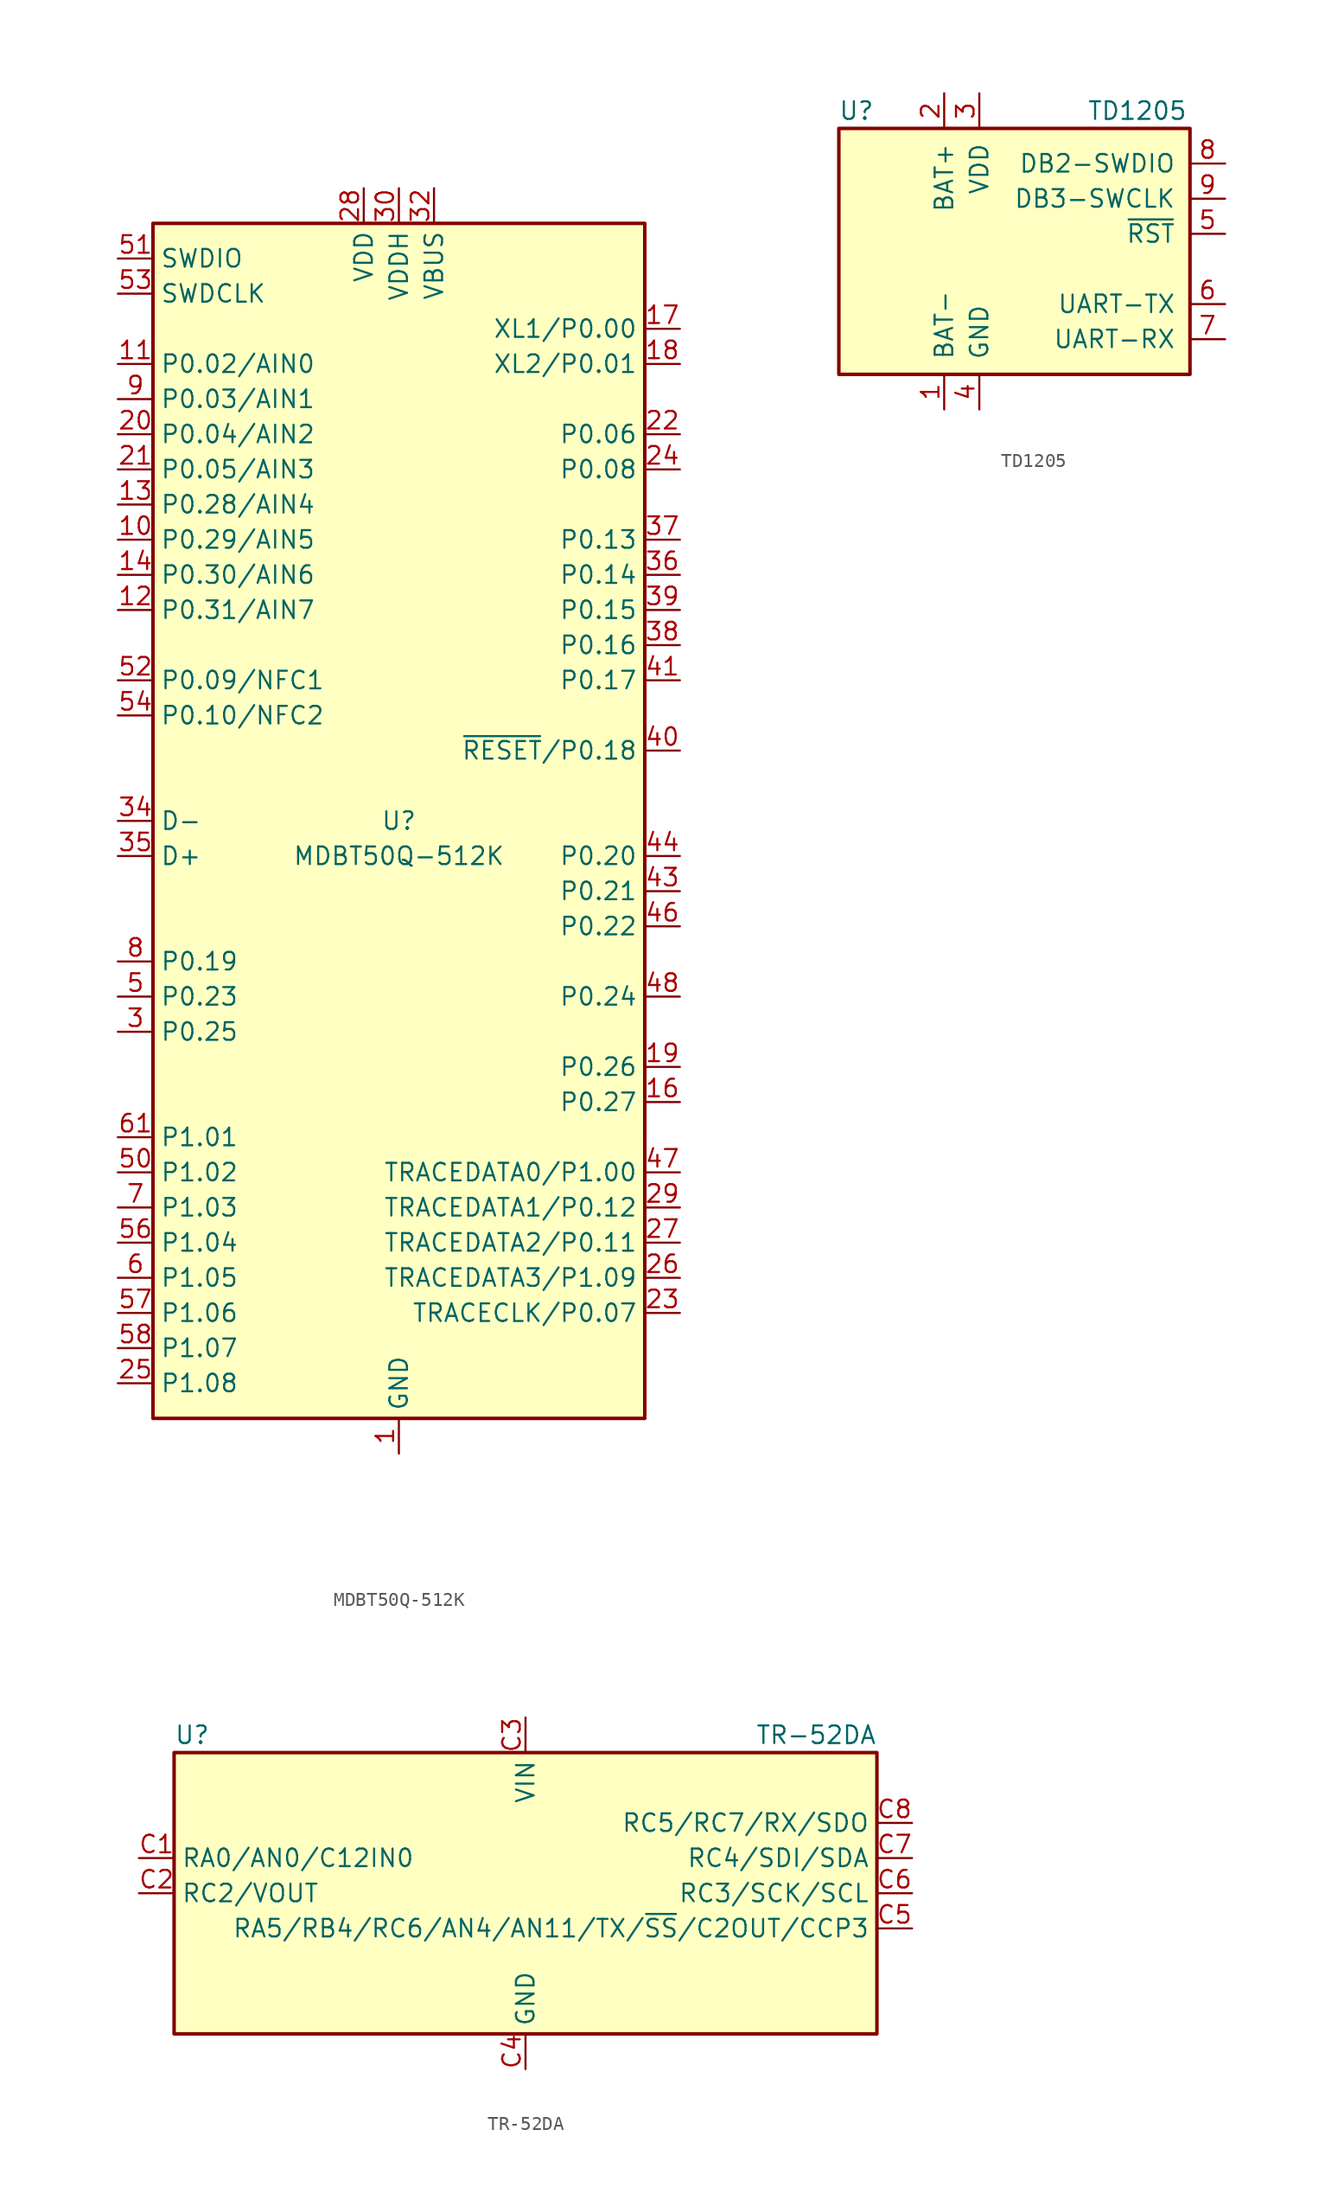
<source format=kicad_sym>
(kicad_symbol_lib
  (version 20211014)
  (generator kicad_symbol_editor)
  (symbol "MDBT50Q-512K"
    (property "Reference" "U"
      (at 0 0 0)
      (effects (font (size 1.27 1.27))))
    (property "Value" "MDBT50Q-512K"
      (at 0 -2.54 0)
      (effects (font (size 1.27 1.27))))
    (symbol "MDBT50Q-512K_0_1"
      (rectangle (start -17.78 43.18) (end 17.78 -43.18) (stroke (width 0.254) (type default) (color 0 0 0 0)) (fill (type background))))
    (symbol "MDBT50Q-512K_1_1"
      (pin power_in line (at 0 -45.72 90) (length 2.54) (name "GND" (effects (font (size 1.27 1.27)))) (number "1" (effects (font (size 1.27 1.27)))))
      (pin bidirectional line (at -20.32 20.32 0) (length 2.54) (name "P0.29/AIN5" (effects (font (size 1.27 1.27)))) (number "10" (effects (font (size 1.27 1.27)))))
      (pin bidirectional line (at -20.32 33.02 0) (length 2.54) (name "P0.02/AIN0" (effects (font (size 1.27 1.27)))) (number "11" (effects (font (size 1.27 1.27)))))
      (pin bidirectional line (at -20.32 15.24 0) (length 2.54) (name "P0.31/AIN7" (effects (font (size 1.27 1.27)))) (number "12" (effects (font (size 1.27 1.27)))))
      (pin bidirectional line (at -20.32 22.86 0) (length 2.54) (name "P0.28/AIN4" (effects (font (size 1.27 1.27)))) (number "13" (effects (font (size 1.27 1.27)))))
      (pin bidirectional line (at -20.32 17.78 0) (length 2.54) (name "P0.30/AIN6" (effects (font (size 1.27 1.27)))) (number "14" (effects (font (size 1.27 1.27)))))
      (pin passive line (at 0 -45.72 90) (length 2.54) hide (name "GND" (effects (font (size 1.27 1.27)))) (number "15" (effects (font (size 1.27 1.27)))))
      (pin bidirectional line (at 20.32 -20.32 180) (length 2.54) (name "P0.27" (effects (font (size 1.27 1.27)))) (number "16" (effects (font (size 1.27 1.27)))))
      (pin bidirectional line (at 20.32 35.56 180) (length 2.54) (name "XL1/P0.00" (effects (font (size 1.27 1.27)))) (number "17" (effects (font (size 1.27 1.27)))))
      (pin bidirectional line (at 20.32 33.02 180) (length 2.54) (name "XL2/P0.01" (effects (font (size 1.27 1.27)))) (number "18" (effects (font (size 1.27 1.27)))))
      (pin bidirectional line (at 20.32 -17.78 180) (length 2.54) (name "P0.26" (effects (font (size 1.27 1.27)))) (number "19" (effects (font (size 1.27 1.27)))))
      (pin passive line (at 0 -45.72 90) (length 2.54) hide (name "GND" (effects (font (size 1.27 1.27)))) (number "2" (effects (font (size 1.27 1.27)))))
      (pin bidirectional line (at -20.32 27.94 0) (length 2.54) (name "P0.04/AIN2" (effects (font (size 1.27 1.27)))) (number "20" (effects (font (size 1.27 1.27)))))
      (pin bidirectional line (at -20.32 25.4 0) (length 2.54) (name "P0.05/AIN3" (effects (font (size 1.27 1.27)))) (number "21" (effects (font (size 1.27 1.27)))))
      (pin bidirectional line (at 20.32 27.94 180) (length 2.54) (name "P0.06" (effects (font (size 1.27 1.27)))) (number "22" (effects (font (size 1.27 1.27)))))
      (pin bidirectional line (at 20.32 -35.56 180) (length 2.54) (name "TRACECLK/P0.07" (effects (font (size 1.27 1.27)))) (number "23" (effects (font (size 1.27 1.27)))))
      (pin bidirectional line (at 20.32 25.4 180) (length 2.54) (name "P0.08" (effects (font (size 1.27 1.27)))) (number "24" (effects (font (size 1.27 1.27)))))
      (pin bidirectional line (at -20.32 -40.64 0) (length 2.54) (name "P1.08" (effects (font (size 1.27 1.27)))) (number "25" (effects (font (size 1.27 1.27)))))
      (pin bidirectional line (at 20.32 -33.02 180) (length 2.54) (name "TRACEDATA3/P1.09" (effects (font (size 1.27 1.27)))) (number "26" (effects (font (size 1.27 1.27)))))
      (pin bidirectional line (at 20.32 -30.48 180) (length 2.54) (name "TRACEDATA2/P0.11" (effects (font (size 1.27 1.27)))) (number "27" (effects (font (size 1.27 1.27)))))
      (pin power_in line (at -2.54 45.72 270) (length 2.54) (name "VDD" (effects (font (size 1.27 1.27)))) (number "28" (effects (font (size 1.27 1.27)))))
      (pin bidirectional line (at 20.32 -27.94 180) (length 2.54) (name "TRACEDATA1/P0.12" (effects (font (size 1.27 1.27)))) (number "29" (effects (font (size 1.27 1.27)))))
      (pin bidirectional line (at -20.32 -15.24 0) (length 2.54) (name "P0.25" (effects (font (size 1.27 1.27)))) (number "3" (effects (font (size 1.27 1.27)))))
      (pin power_in line (at 0 45.72 270) (length 2.54) (name "VDDH" (effects (font (size 1.27 1.27)))) (number "30" (effects (font (size 1.27 1.27)))))
      (pin no_connect line (at 5.08 43.18 270) (length 2.54) hide (name "NC" (effects (font (size 1.27 1.27)))) (number "31" (effects (font (size 1.27 1.27)))))
      (pin power_in line (at 2.54 45.72 270) (length 2.54) (name "VBUS" (effects (font (size 1.27 1.27)))) (number "32" (effects (font (size 1.27 1.27)))))
      (pin passive line (at 0 -45.72 90) (length 2.54) hide (name "GND" (effects (font (size 1.27 1.27)))) (number "33" (effects (font (size 1.27 1.27)))))
      (pin bidirectional line (at -20.32 0 0) (length 2.54) (name "D-" (effects (font (size 1.27 1.27)))) (number "34" (effects (font (size 1.27 1.27)))))
      (pin bidirectional line (at -20.32 -2.54 0) (length 2.54) (name "D+" (effects (font (size 1.27 1.27)))) (number "35" (effects (font (size 1.27 1.27)))))
      (pin bidirectional line (at 20.32 17.78 180) (length 2.54) (name "P0.14" (effects (font (size 1.27 1.27)))) (number "36" (effects (font (size 1.27 1.27)))))
      (pin bidirectional line (at 20.32 20.32 180) (length 2.54) (name "P0.13" (effects (font (size 1.27 1.27)))) (number "37" (effects (font (size 1.27 1.27)))))
      (pin bidirectional line (at 20.32 12.7 180) (length 2.54) (name "P0.16" (effects (font (size 1.27 1.27)))) (number "38" (effects (font (size 1.27 1.27)))))
      (pin bidirectional line (at 20.32 15.24 180) (length 2.54) (name "P0.15" (effects (font (size 1.27 1.27)))) (number "39" (effects (font (size 1.27 1.27)))))
      (pin no_connect line (at -17.78 -17.78 0) (length 2.54) hide (name "NC" (effects (font (size 1.27 1.27)))) (number "4" (effects (font (size 1.27 1.27)))))
      (pin bidirectional line (at 20.32 5.08 180) (length 2.54) (name "~{RESET}/P0.18" (effects (font (size 1.27 1.27)))) (number "40" (effects (font (size 1.27 1.27)))))
      (pin bidirectional line (at 20.32 10.16 180) (length 2.54) (name "P0.17" (effects (font (size 1.27 1.27)))) (number "41" (effects (font (size 1.27 1.27)))))
      (pin no_connect line (at 17.78 0 180) (length 2.54) hide (name "P0.19" (effects (font (size 1.27 1.27)))) (number "42" (effects (font (size 1.27 1.27)))))
      (pin bidirectional line (at 20.32 -5.08 180) (length 2.54) (name "P0.21" (effects (font (size 1.27 1.27)))) (number "43" (effects (font (size 1.27 1.27)))))
      (pin bidirectional line (at 20.32 -2.54 180) (length 2.54) (name "P0.20" (effects (font (size 1.27 1.27)))) (number "44" (effects (font (size 1.27 1.27)))))
      (pin no_connect line (at 17.78 -10.16 180) (length 2.54) hide (name "NC" (effects (font (size 1.27 1.27)))) (number "45" (effects (font (size 1.27 1.27)))))
      (pin bidirectional line (at 20.32 -7.62 180) (length 2.54) (name "P0.22" (effects (font (size 1.27 1.27)))) (number "46" (effects (font (size 1.27 1.27)))))
      (pin bidirectional line (at 20.32 -25.4 180) (length 2.54) (name "TRACEDATA0/P1.00" (effects (font (size 1.27 1.27)))) (number "47" (effects (font (size 1.27 1.27)))))
      (pin bidirectional line (at 20.32 -12.7 180) (length 2.54) (name "P0.24" (effects (font (size 1.27 1.27)))) (number "48" (effects (font (size 1.27 1.27)))))
      (pin no_connect line (at 17.78 -15.24 180) (length 2.54) hide (name "NC" (effects (font (size 1.27 1.27)))) (number "49" (effects (font (size 1.27 1.27)))))
      (pin bidirectional line (at -20.32 -12.7 0) (length 2.54) (name "P0.23" (effects (font (size 1.27 1.27)))) (number "5" (effects (font (size 1.27 1.27)))))
      (pin bidirectional line (at -20.32 -25.4 0) (length 2.54) (name "P1.02" (effects (font (size 1.27 1.27)))) (number "50" (effects (font (size 1.27 1.27)))))
      (pin bidirectional line (at -20.32 40.64 0) (length 2.54) (name "SWDIO" (effects (font (size 1.27 1.27)))) (number "51" (effects (font (size 1.27 1.27)))))
      (pin bidirectional line (at -20.32 10.16 0) (length 2.54) (name "P0.09/NFC1" (effects (font (size 1.27 1.27)))) (number "52" (effects (font (size 1.27 1.27)))))
      (pin input line (at -20.32 38.1 0) (length 2.54) (name "SWDCLK" (effects (font (size 1.27 1.27)))) (number "53" (effects (font (size 1.27 1.27)))))
      (pin bidirectional line (at -20.32 7.62 0) (length 2.54) (name "P0.10/NFC2" (effects (font (size 1.27 1.27)))) (number "54" (effects (font (size 1.27 1.27)))))
      (pin passive line (at 0 -45.72 90) (length 2.54) hide (name "GND" (effects (font (size 1.27 1.27)))) (number "55" (effects (font (size 1.27 1.27)))))
      (pin bidirectional line (at -20.32 -30.48 0) (length 2.54) (name "P1.04" (effects (font (size 1.27 1.27)))) (number "56" (effects (font (size 1.27 1.27)))))
      (pin bidirectional line (at -20.32 -35.56 0) (length 2.54) (name "P1.06" (effects (font (size 1.27 1.27)))) (number "57" (effects (font (size 1.27 1.27)))))
      (pin bidirectional line (at -20.32 -38.1 0) (length 2.54) (name "P1.07" (effects (font (size 1.27 1.27)))) (number "58" (effects (font (size 1.27 1.27)))))
      (pin no_connect line (at 17.78 38.1 180) (length 2.54) hide (name "NC" (effects (font (size 1.27 1.27)))) (number "59" (effects (font (size 1.27 1.27)))))
      (pin bidirectional line (at -20.32 -33.02 0) (length 2.54) (name "P1.05" (effects (font (size 1.27 1.27)))) (number "6" (effects (font (size 1.27 1.27)))))
      (pin no_connect line (at 17.78 40.64 180) (length 2.54) hide (name "NC" (effects (font (size 1.27 1.27)))) (number "60" (effects (font (size 1.27 1.27)))))
      (pin bidirectional line (at -20.32 -22.86 0) (length 2.54) (name "P1.01" (effects (font (size 1.27 1.27)))) (number "61" (effects (font (size 1.27 1.27)))))
      (pin bidirectional line (at -20.32 -27.94 0) (length 2.54) (name "P1.03" (effects (font (size 1.27 1.27)))) (number "7" (effects (font (size 1.27 1.27)))))
      (pin bidirectional line (at -20.32 -10.16 0) (length 2.54) (name "P0.19" (effects (font (size 1.27 1.27)))) (number "8" (effects (font (size 1.27 1.27)))))
      (pin bidirectional line (at -20.32 30.48 0) (length 2.54) (name "P0.03/AIN1" (effects (font (size 1.27 1.27)))) (number "9" (effects (font (size 1.27 1.27)))))))
  (symbol "TD1205"
    (pin_names
      (offset 1.016))
    (property "Reference" "U"
      (at -11.43 11.43 0)
      (effects (font (size 1.27 1.27))))
    (property "Value" "TD1205"
      (at 8.89 11.43 0)
      (effects (font (size 1.27 1.27))))
    (symbol "TD1205_0_1"
      (rectangle (start -12.7 10.16) (end 12.7 -7.62) (stroke (width 0.254) (type default) (color 0 0 0 0)) (fill (type background))))
    (symbol "TD1205_1_1"
      (pin power_in line (at -5.08 -10.16 90) (length 2.54) (name "BAT-" (effects (font (size 1.27 1.27)))) (number "1" (effects (font (size 1.27 1.27)))))
      (pin power_in line (at -5.08 12.7 270) (length 2.54) (name "BAT+" (effects (font (size 1.27 1.27)))) (number "2" (effects (font (size 1.27 1.27)))))
      (pin power_in line (at -2.54 12.7 270) (length 2.54) (name "VDD" (effects (font (size 1.27 1.27)))) (number "3" (effects (font (size 1.27 1.27)))))
      (pin power_in line (at -2.54 -10.16 90) (length 2.54) (name "GND" (effects (font (size 1.27 1.27)))) (number "4" (effects (font (size 1.27 1.27)))))
      (pin input line (at 15.24 2.54 180) (length 2.54) (name "~{RST}" (effects (font (size 1.27 1.27)))) (number "5" (effects (font (size 1.27 1.27)))))
      (pin bidirectional line (at 15.24 -2.54 180) (length 2.54) (name "UART-TX" (effects (font (size 1.27 1.27)))) (number "6" (effects (font (size 1.27 1.27)))))
      (pin bidirectional line (at 15.24 -5.08 180) (length 2.54) (name "UART-RX" (effects (font (size 1.27 1.27)))) (number "7" (effects (font (size 1.27 1.27)))))
      (pin bidirectional line (at 15.24 7.62 180) (length 2.54) (name "DB2-SWDIO" (effects (font (size 1.27 1.27)))) (number "8" (effects (font (size 1.27 1.27)))))
      (pin bidirectional line (at 15.24 5.08 180) (length 2.54) (name "DB3-SWCLK" (effects (font (size 1.27 1.27)))) (number "9" (effects (font (size 1.27 1.27)))))))
  (symbol "TR-52DA"
    (property "Reference" "U"
      (at -25.4 11.43 0)
      (effects (font (size 1.27 1.27)) (justify left)))
    (property "Value" "TR-52DA"
      (at 25.4 11.43 0)
      (effects (font (size 1.27 1.27)) (justify right)))
    (symbol "TR-52DA_0_1"
      (rectangle (start -25.4 10.16) (end 25.4 -10.16) (stroke (width 0.254) (type default) (color 0 0 0 0)) (fill (type background))))
    (symbol "TR-52DA_1_1"
      (pin bidirectional line (at -27.94 2.54 0) (length 2.54) (name "RA0/AN0/C12IN0" (effects (font (size 1.27 1.27)))) (number "C1" (effects (font (size 1.27 1.27)))))
      (pin bidirectional line (at -27.94 0 0) (length 2.54) (name "RC2/VOUT" (effects (font (size 1.27 1.27)))) (number "C2" (effects (font (size 1.27 1.27)))))
      (pin power_in line (at 0 12.7 270) (length 2.54) (name "VIN" (effects (font (size 1.27 1.27)))) (number "C3" (effects (font (size 1.27 1.27)))))
      (pin power_in line (at 0 -12.7 90) (length 2.54) (name "GND" (effects (font (size 1.27 1.27)))) (number "C4" (effects (font (size 1.27 1.27)))))
      (pin bidirectional line (at 27.94 -2.54 180) (length 2.54) (name "RA5/RB4/RC6/AN4/AN11/TX/~{SS}/C2OUT/CCP3" (effects (font (size 1.27 1.27)))) (number "C5" (effects (font (size 1.27 1.27)))))
      (pin bidirectional line (at 27.94 0 180) (length 2.54) (name "RC3/SCK/SCL" (effects (font (size 1.27 1.27)))) (number "C6" (effects (font (size 1.27 1.27)))))
      (pin bidirectional line (at 27.94 2.54 180) (length 2.54) (name "RC4/SDI/SDA" (effects (font (size 1.27 1.27)))) (number "C7" (effects (font (size 1.27 1.27)))))
      (pin bidirectional line (at 27.94 5.08 180) (length 2.54) (name "RC5/RC7/RX/SDO" (effects (font (size 1.27 1.27)))) (number "C8" (effects (font (size 1.27 1.27))))))))
</source>
